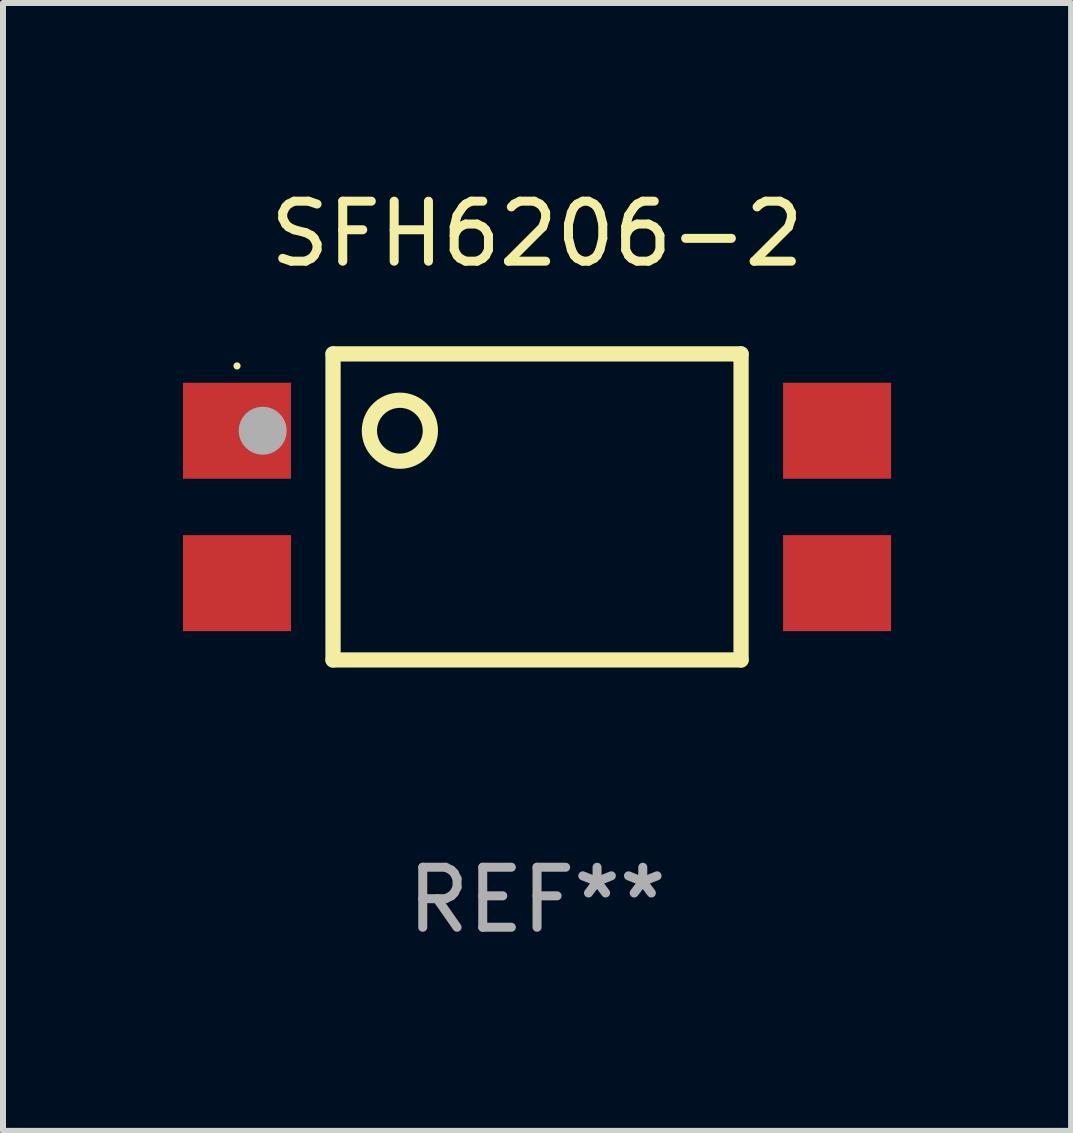
<source format=kicad_pcb>
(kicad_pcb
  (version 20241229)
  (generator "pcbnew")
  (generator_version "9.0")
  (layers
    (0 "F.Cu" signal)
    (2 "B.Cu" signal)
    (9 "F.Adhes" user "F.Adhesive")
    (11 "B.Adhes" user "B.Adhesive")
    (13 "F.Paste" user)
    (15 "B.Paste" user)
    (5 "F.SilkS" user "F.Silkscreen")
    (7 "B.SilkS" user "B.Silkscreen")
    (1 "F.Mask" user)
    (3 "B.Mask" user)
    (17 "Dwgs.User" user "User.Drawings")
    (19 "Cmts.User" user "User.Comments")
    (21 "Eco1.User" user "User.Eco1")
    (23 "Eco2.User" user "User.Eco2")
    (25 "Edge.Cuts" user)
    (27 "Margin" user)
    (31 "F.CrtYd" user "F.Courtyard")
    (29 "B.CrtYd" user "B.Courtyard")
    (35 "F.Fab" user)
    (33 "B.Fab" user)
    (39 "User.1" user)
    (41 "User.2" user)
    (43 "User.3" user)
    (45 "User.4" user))
  (footprint "SFH6206-2"
    (layer "F.Cu")
    (at 5.9 5.398)
    (property "Reference" "SFH6206-2" (at 0 -4.55 0) (layer "F.SilkS") (effects (font (size 1 1) (thickness 0.15))))
    (attr through_hole)
    (fp_line (start -3.4 -2.55) (end 3.4 -2.55) (stroke (width 0.254) (type solid)) (layer "F.SilkS"))
    (fp_line (start -3.4 2.55) (end -3.4 -2.55) (stroke (width 0.254) (type solid)) (layer "F.SilkS"))
    (fp_line (start 3.4 -2.55) (end 3.4 2.55) (stroke (width 0.254) (type solid)) (layer "F.SilkS"))
    (fp_line (start 3.4 2.55) (end -3.4 2.55) (stroke (width 0.254) (type solid)) (layer "F.SilkS"))
    (fp_circle (center -5 -2.35) (end -4.97 -2.35) (stroke (width 0.06) (type solid)) (fill no) (layer "F.SilkS"))
    (fp_circle (center -2.286 -1.27) (end -1.778 -1.27) (stroke (width 0.254) (type solid)) (fill no) (layer "F.SilkS"))
    (fp_circle (center -4.572 -1.27) (end -4.372 -1.27) (stroke (width 0.4) (type solid)) (fill no) (layer "F.Fab"))
    (fp_text user "REF**" (at 0 6.55 0) (layer "F.Fab") (effects (font (size 1 1) (thickness 0.15))))
    (pad "1" smd rect (at -5 -1.27) (size 1.8 1.6) (layers "F.Cu" "F.Mask" "F.Paste"))
    (pad "2" smd rect (at -5 1.27) (size 1.8 1.6) (layers "F.Cu" "F.Mask" "F.Paste"))
    (pad "3" smd rect (at 5 1.27) (size 1.8 1.6) (layers "F.Cu" "F.Mask" "F.Paste"))
    (pad "4" smd rect (at 5 -1.27) (size 1.8 1.6) (layers "F.Cu" "F.Mask" "F.Paste")))
  (gr_rect
    (start -3 -3)
    (end 14.8 15.796)
    (stroke (width 0.1) (type default))
    (fill no)
    (layer "Edge.Cuts")))
</source>
